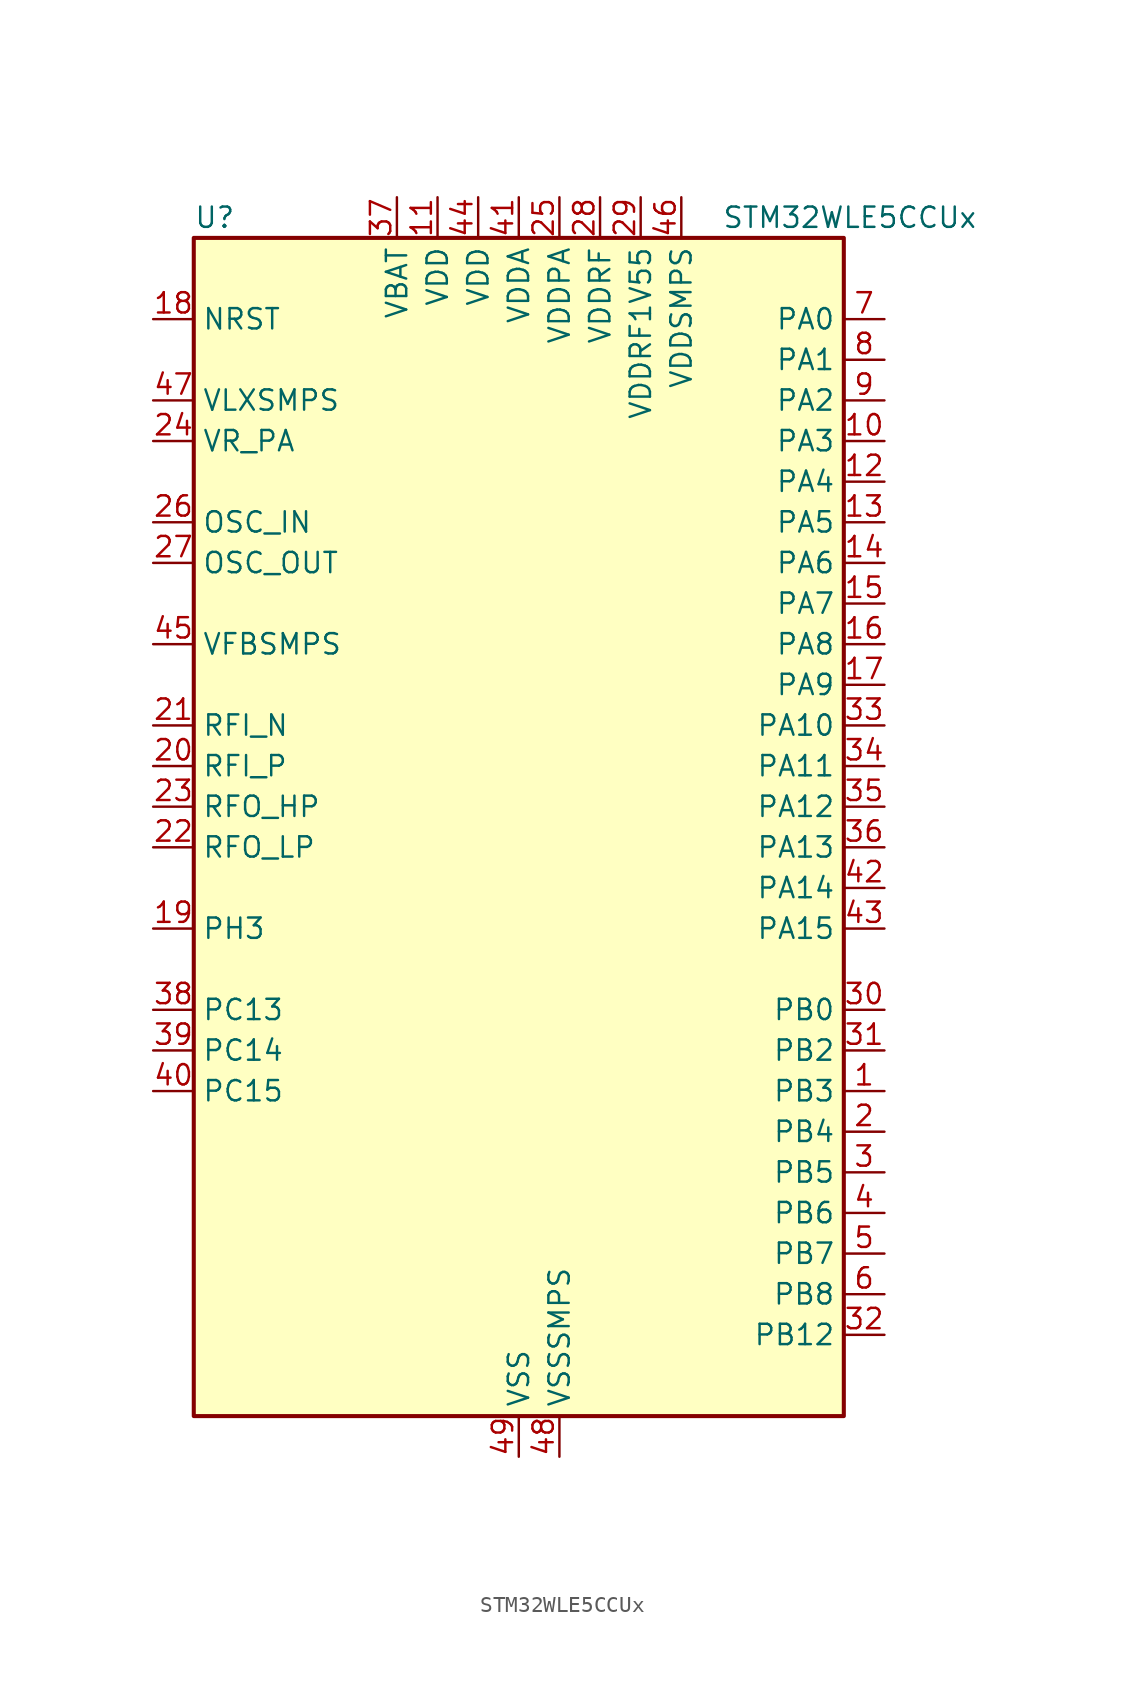
<source format=kicad_sym>
(kicad_symbol_lib
  (version 20241209)
  (generator "kicad_symbol_editor")
  (generator_version "9.0")
  (symbol "STM32WLE5CCUx"
    (property "Reference" "U"
      (at -20.32 39.37 0)
      (effects (font (size 1.27 1.27)) (justify left)))
    (property "Value" "STM32WLE5CCUx"
      (at 12.7 39.37 0)
      (effects (font (size 1.27 1.27)) (justify left)))
    (symbol "STM32WLE5CCUx_0_1"
      (rectangle (start -20.32 -35.56) (end 20.32 38.1) (stroke (width 0.254) (type default)) (fill (type background))))
    (symbol "STM32WLE5CCUx_1_1"
      (pin input line (at -22.86 33.02 0) (length 2.54) (name "NRST" (effects (font (size 1.27 1.27)))) (number "18" (effects (font (size 1.27 1.27)))))
      (pin power_in line (at -22.86 27.94 0) (length 2.54) (name "VLXSMPS" (effects (font (size 1.27 1.27)))) (number "47" (effects (font (size 1.27 1.27)))))
      (pin power_in line (at -22.86 25.4 0) (length 2.54) (name "VR_PA" (effects (font (size 1.27 1.27)))) (number "24" (effects (font (size 1.27 1.27)))))
      (pin input line (at -22.86 20.32 0) (length 2.54) (name "OSC_IN" (effects (font (size 1.27 1.27)))) (number "26" (effects (font (size 1.27 1.27)))) (alternate "RCC_OSC_IN" bidirectional line))
      (pin input line (at -22.86 17.78 0) (length 2.54) (name "OSC_OUT" (effects (font (size 1.27 1.27)))) (number "27" (effects (font (size 1.27 1.27)))) (alternate "RCC_OSC_OUT" bidirectional line))
      (pin input line (at -22.86 12.7 0) (length 2.54) (name "VFBSMPS" (effects (font (size 1.27 1.27)))) (number "45" (effects (font (size 1.27 1.27)))))
      (pin bidirectional line (at -22.86 7.62 0) (length 2.54) (name "RFI_N" (effects (font (size 1.27 1.27)))) (number "21" (effects (font (size 1.27 1.27)))))
      (pin bidirectional line (at -22.86 5.08 0) (length 2.54) (name "RFI_P" (effects (font (size 1.27 1.27)))) (number "20" (effects (font (size 1.27 1.27)))))
      (pin bidirectional line (at -22.86 2.54 0) (length 2.54) (name "RFO_HP" (effects (font (size 1.27 1.27)))) (number "23" (effects (font (size 1.27 1.27)))))
      (pin bidirectional line (at -22.86 0 0) (length 2.54) (name "RFO_LP" (effects (font (size 1.27 1.27)))) (number "22" (effects (font (size 1.27 1.27)))))
      (pin bidirectional line (at -22.86 -5.08 0) (length 2.54) (name "PH3" (effects (font (size 1.27 1.27)))) (number "19" (effects (font (size 1.27 1.27)))))
      (pin bidirectional line (at -22.86 -10.16 0) (length 2.54) (name "PC13" (effects (font (size 1.27 1.27)))) (number "38" (effects (font (size 1.27 1.27)))) (alternate "PWR_WKUP2" bidirectional line) (alternate "RTC_OUT1" bidirectional line) (alternate "RTC_TAMP_IN1" bidirectional line) (alternate "RTC_TS" bidirectional line))
      (pin bidirectional line (at -22.86 -12.7 0) (length 2.54) (name "PC14" (effects (font (size 1.27 1.27)))) (number "39" (effects (font (size 1.27 1.27)))) (alternate "RCC_OSC32_IN" bidirectional line))
      (pin bidirectional line (at -22.86 -15.24 0) (length 2.54) (name "PC15" (effects (font (size 1.27 1.27)))) (number "40" (effects (font (size 1.27 1.27)))) (alternate "RCC_OSC32_OUT" bidirectional line))
      (pin power_in line (at -7.62 40.64 270) (length 2.54) (name "VBAT" (effects (font (size 1.27 1.27)))) (number "37" (effects (font (size 1.27 1.27)))))
      (pin power_in line (at -5.08 40.64 270) (length 2.54) (name "VDD" (effects (font (size 1.27 1.27)))) (number "11" (effects (font (size 1.27 1.27)))))
      (pin power_in line (at -2.54 40.64 270) (length 2.54) (name "VDD" (effects (font (size 1.27 1.27)))) (number "44" (effects (font (size 1.27 1.27)))))
      (pin power_in line (at 0 40.64 270) (length 2.54) (name "VDDA" (effects (font (size 1.27 1.27)))) (number "41" (effects (font (size 1.27 1.27)))))
      (pin power_in line (at 0 -38.1 90) (length 2.54) (name "VSS" (effects (font (size 1.27 1.27)))) (number "49" (effects (font (size 1.27 1.27)))))
      (pin power_in line (at 2.54 40.64 270) (length 2.54) (name "VDDPA" (effects (font (size 1.27 1.27)))) (number "25" (effects (font (size 1.27 1.27)))))
      (pin power_in line (at 2.54 -38.1 90) (length 2.54) (name "VSSSMPS" (effects (font (size 1.27 1.27)))) (number "48" (effects (font (size 1.27 1.27)))))
      (pin power_in line (at 5.08 40.64 270) (length 2.54) (name "VDDRF" (effects (font (size 1.27 1.27)))) (number "28" (effects (font (size 1.27 1.27)))))
      (pin power_in line (at 7.62 40.64 270) (length 2.54) (name "VDDRF1V55" (effects (font (size 1.27 1.27)))) (number "29" (effects (font (size 1.27 1.27)))))
      (pin power_in line (at 10.16 40.64 270) (length 2.54) (name "VDDSMPS" (effects (font (size 1.27 1.27)))) (number "46" (effects (font (size 1.27 1.27)))))
      (pin bidirectional line (at 22.86 33.02 180) (length 2.54) (name "PA0" (effects (font (size 1.27 1.27)))) (number "7" (effects (font (size 1.27 1.27)))) (alternate "COMP1_OUT" bidirectional line) (alternate "DEBUG_PWR-REGLP1S" bidirectional line) (alternate "I2C3_SMBA" bidirectional line) (alternate "I2S_CKIN" bidirectional line) (alternate "PWR_WKUP1" bidirectional line) (alternate "RTC_TAMP_IN2" bidirectional line) (alternate "TIM2_CH1" bidirectional line) (alternate "TIM2_ETR" bidirectional line) (alternate "USART2_CTS" bidirectional line) (alternate "USART2_NSS" bidirectional line))
      (pin bidirectional line (at 22.86 30.48 180) (length 2.54) (name "PA1" (effects (font (size 1.27 1.27)))) (number "8" (effects (font (size 1.27 1.27)))) (alternate "DEBUG_PWR-REGLP2S" bidirectional line) (alternate "I2C1_SMBA" bidirectional line) (alternate "LPTIM3_OUT" bidirectional line) (alternate "LPUART1_RTS" bidirectional line) (alternate "SPI1_SCK" bidirectional line) (alternate "TIM2_CH2" bidirectional line) (alternate "USART2_DE" bidirectional line) (alternate "USART2_RTS" bidirectional line))
      (pin bidirectional line (at 22.86 27.94 180) (length 2.54) (name "PA2" (effects (font (size 1.27 1.27)))) (number "9" (effects (font (size 1.27 1.27)))) (alternate "COMP2_OUT" bidirectional line) (alternate "DEBUG_PWR-LDORDY" bidirectional line) (alternate "LPUART1_TX" bidirectional line) (alternate "RCC_LSCO" bidirectional line) (alternate "TIM2_CH3" bidirectional line) (alternate "USART2_TX" bidirectional line))
      (pin bidirectional line (at 22.86 25.4 180) (length 2.54) (name "PA3" (effects (font (size 1.27 1.27)))) (number "10" (effects (font (size 1.27 1.27)))) (alternate "I2S2_MCK" bidirectional line) (alternate "LPUART1_RX" bidirectional line) (alternate "TIM2_CH4" bidirectional line) (alternate "USART2_RX" bidirectional line))
      (pin bidirectional line (at 22.86 22.86 180) (length 2.54) (name "PA4" (effects (font (size 1.27 1.27)))) (number "12" (effects (font (size 1.27 1.27)))) (alternate "DEBUG_SUBGHZSPI-NSSOUT" bidirectional line) (alternate "LPTIM1_OUT" bidirectional line) (alternate "LPTIM2_OUT" bidirectional line) (alternate "RTC_OUT2" bidirectional line) (alternate "SPI1_NSS" bidirectional line) (alternate "USART2_CK" bidirectional line))
      (pin bidirectional line (at 22.86 20.32 180) (length 2.54) (name "PA5" (effects (font (size 1.27 1.27)))) (number "13" (effects (font (size 1.27 1.27)))) (alternate "DEBUG_SUBGHZSPI-SCKOUT" bidirectional line) (alternate "LPTIM2_ETR" bidirectional line) (alternate "SPI1_SCK" bidirectional line) (alternate "SPI2_MISO" bidirectional line) (alternate "TIM2_CH1" bidirectional line) (alternate "TIM2_ETR" bidirectional line))
      (pin bidirectional line (at 22.86 17.78 180) (length 2.54) (name "PA6" (effects (font (size 1.27 1.27)))) (number "14" (effects (font (size 1.27 1.27)))) (alternate "DEBUG_SUBGHZSPI-MISOOUT" bidirectional line) (alternate "I2C2_SMBA" bidirectional line) (alternate "LPUART1_CTS" bidirectional line) (alternate "SPI1_MISO" bidirectional line) (alternate "TIM16_CH1" bidirectional line) (alternate "TIM1_BKIN" bidirectional line))
      (pin bidirectional line (at 22.86 15.24 180) (length 2.54) (name "PA7" (effects (font (size 1.27 1.27)))) (number "15" (effects (font (size 1.27 1.27)))) (alternate "COMP2_OUT" bidirectional line) (alternate "DEBUG_SUBGHZSPI-MOSIOUT" bidirectional line) (alternate "I2C3_SCL" bidirectional line) (alternate "SPI1_MOSI" bidirectional line) (alternate "TIM17_CH1" bidirectional line) (alternate "TIM1_CH1N" bidirectional line))
      (pin bidirectional line (at 22.86 12.7 180) (length 2.54) (name "PA8" (effects (font (size 1.27 1.27)))) (number "16" (effects (font (size 1.27 1.27)))) (alternate "I2S2_CK" bidirectional line) (alternate "LPTIM2_OUT" bidirectional line) (alternate "RCC_MCO" bidirectional line) (alternate "SPI2_SCK" bidirectional line) (alternate "TIM1_CH1" bidirectional line) (alternate "USART1_CK" bidirectional line))
      (pin bidirectional line (at 22.86 10.16 180) (length 2.54) (name "PA9" (effects (font (size 1.27 1.27)))) (number "17" (effects (font (size 1.27 1.27)))) (alternate "DAC_EXTI9" bidirectional line) (alternate "I2C1_SCL" bidirectional line) (alternate "I2S2_CK" bidirectional line) (alternate "I2S2_WS" bidirectional line) (alternate "SPI2_NSS" bidirectional line) (alternate "SPI2_SCK" bidirectional line) (alternate "TIM1_CH2" bidirectional line) (alternate "USART1_TX" bidirectional line))
      (pin bidirectional line (at 22.86 7.62 180) (length 2.54) (name "PA10" (effects (font (size 1.27 1.27)))) (number "33" (effects (font (size 1.27 1.27)))) (alternate "ADC_IN6" bidirectional line) (alternate "COMP1_INM" bidirectional line) (alternate "COMP2_INM" bidirectional line) (alternate "DAC_OUT1" bidirectional line) (alternate "DEBUG_RF-HSE32RDY" bidirectional line) (alternate "I2C1_SDA" bidirectional line) (alternate "I2S2_SD" bidirectional line) (alternate "RTC_REFIN" bidirectional line) (alternate "SPI2_MOSI" bidirectional line) (alternate "TIM17_BKIN" bidirectional line) (alternate "TIM1_CH3" bidirectional line) (alternate "USART1_RX" bidirectional line))
      (pin bidirectional line (at 22.86 5.08 180) (length 2.54) (name "PA11" (effects (font (size 1.27 1.27)))) (number "34" (effects (font (size 1.27 1.27)))) (alternate "ADC_EXTI11" bidirectional line) (alternate "ADC_IN7" bidirectional line) (alternate "COMP1_INM" bidirectional line) (alternate "COMP2_INM" bidirectional line) (alternate "DEBUG_RF-NRESET" bidirectional line) (alternate "I2C2_SDA" bidirectional line) (alternate "LPTIM3_ETR" bidirectional line) (alternate "SPI1_MISO" bidirectional line) (alternate "TIM1_BKIN2" bidirectional line) (alternate "TIM1_CH4" bidirectional line) (alternate "USART1_CTS" bidirectional line) (alternate "USART1_NSS" bidirectional line))
      (pin bidirectional line (at 22.86 2.54 180) (length 2.54) (name "PA12" (effects (font (size 1.27 1.27)))) (number "35" (effects (font (size 1.27 1.27)))) (alternate "ADC_IN8" bidirectional line) (alternate "DEBUG_RF-BUSY" bidirectional line) (alternate "I2C2_SCL" bidirectional line) (alternate "LPTIM3_IN1" bidirectional line) (alternate "SPI1_MOSI" bidirectional line) (alternate "TIM1_ETR" bidirectional line) (alternate "USART1_DE" bidirectional line) (alternate "USART1_RTS" bidirectional line))
      (pin bidirectional line (at 22.86 0 180) (length 2.54) (name "PA13" (effects (font (size 1.27 1.27)))) (number "36" (effects (font (size 1.27 1.27)))) (alternate "ADC_IN9" bidirectional line) (alternate "DEBUG_JTMS-SWDIO" bidirectional line) (alternate "I2C2_SMBA" bidirectional line) (alternate "IR_OUT" bidirectional line))
      (pin bidirectional line (at 22.86 -2.54 180) (length 2.54) (name "PA14" (effects (font (size 1.27 1.27)))) (number "42" (effects (font (size 1.27 1.27)))) (alternate "ADC_IN10" bidirectional line) (alternate "DEBUG_JTCK-SWCLK" bidirectional line) (alternate "I2C1_SMBA" bidirectional line) (alternate "LPTIM1_OUT" bidirectional line))
      (pin bidirectional line (at 22.86 -5.08 180) (length 2.54) (name "PA15" (effects (font (size 1.27 1.27)))) (number "43" (effects (font (size 1.27 1.27)))) (alternate "ADC_IN11" bidirectional line) (alternate "COMP1_INM" bidirectional line) (alternate "COMP2_INP" bidirectional line) (alternate "DEBUG_JTDI" bidirectional line) (alternate "I2C2_SDA" bidirectional line) (alternate "SPI1_NSS" bidirectional line) (alternate "TIM2_CH1" bidirectional line) (alternate "TIM2_ETR" bidirectional line))
      (pin bidirectional line (at 22.86 -10.16 180) (length 2.54) (name "PB0" (effects (font (size 1.27 1.27)))) (number "30" (effects (font (size 1.27 1.27)))) (alternate "COMP1_OUT" bidirectional line) (alternate "VDDTCXO" bidirectional line))
      (pin bidirectional line (at 22.86 -12.7 180) (length 2.54) (name "PB2" (effects (font (size 1.27 1.27)))) (number "31" (effects (font (size 1.27 1.27)))) (alternate "ADC_IN4" bidirectional line) (alternate "COMP1_INP" bidirectional line) (alternate "COMP2_INM" bidirectional line) (alternate "DEBUG_RF-SMPSRDY" bidirectional line) (alternate "I2C3_SMBA" bidirectional line) (alternate "LPTIM1_OUT" bidirectional line) (alternate "SPI1_NSS" bidirectional line))
      (pin bidirectional line (at 22.86 -15.24 180) (length 2.54) (name "PB3" (effects (font (size 1.27 1.27)))) (number "1" (effects (font (size 1.27 1.27)))) (alternate "ADC_IN2" bidirectional line) (alternate "COMP1_INM" bidirectional line) (alternate "COMP2_INM" bidirectional line) (alternate "DEBUG_JTDO-SWO" bidirectional line) (alternate "DEBUG_RF-DTB1" bidirectional line) (alternate "PWR_WKUP3" bidirectional line) (alternate "RTC_TAMP_IN3" bidirectional line) (alternate "SPI1_SCK" bidirectional line) (alternate "TIM2_CH2" bidirectional line) (alternate "USART1_DE" bidirectional line) (alternate "USART1_RTS" bidirectional line))
      (pin bidirectional line (at 22.86 -17.78 180) (length 2.54) (name "PB4" (effects (font (size 1.27 1.27)))) (number "2" (effects (font (size 1.27 1.27)))) (alternate "ADC_IN3" bidirectional line) (alternate "COMP1_INP" bidirectional line) (alternate "COMP2_INP" bidirectional line) (alternate "DEBUG_JTRST" bidirectional line) (alternate "DEBUG_RF-LDORDY" bidirectional line) (alternate "I2C3_SDA" bidirectional line) (alternate "SPI1_MISO" bidirectional line) (alternate "TIM17_BKIN" bidirectional line) (alternate "USART1_CTS" bidirectional line) (alternate "USART1_NSS" bidirectional line))
      (pin bidirectional line (at 22.86 -20.32 180) (length 2.54) (name "PB5" (effects (font (size 1.27 1.27)))) (number "3" (effects (font (size 1.27 1.27)))) (alternate "COMP2_OUT" bidirectional line) (alternate "I2C1_SMBA" bidirectional line) (alternate "LPTIM1_IN1" bidirectional line) (alternate "SPI1_MOSI" bidirectional line) (alternate "TIM16_BKIN" bidirectional line) (alternate "USART1_CK" bidirectional line))
      (pin bidirectional line (at 22.86 -22.86 180) (length 2.54) (name "PB6" (effects (font (size 1.27 1.27)))) (number "4" (effects (font (size 1.27 1.27)))) (alternate "I2C1_SCL" bidirectional line) (alternate "LPTIM1_ETR" bidirectional line) (alternate "TIM16_CH1N" bidirectional line) (alternate "USART1_TX" bidirectional line))
      (pin bidirectional line (at 22.86 -25.4 180) (length 2.54) (name "PB7" (effects (font (size 1.27 1.27)))) (number "5" (effects (font (size 1.27 1.27)))) (alternate "I2C1_SDA" bidirectional line) (alternate "LPTIM1_IN2" bidirectional line) (alternate "PWR_PVD_IN" bidirectional line) (alternate "TIM17_CH1N" bidirectional line) (alternate "TIM1_BKIN" bidirectional line) (alternate "USART1_RX" bidirectional line))
      (pin bidirectional line (at 22.86 -27.94 180) (length 2.54) (name "PB8" (effects (font (size 1.27 1.27)))) (number "6" (effects (font (size 1.27 1.27)))) (alternate "I2C1_SCL" bidirectional line) (alternate "TIM16_CH1" bidirectional line) (alternate "TIM1_CH2N" bidirectional line))
      (pin bidirectional line (at 22.86 -30.48 180) (length 2.54) (name "PB12" (effects (font (size 1.27 1.27)))) (number "32" (effects (font (size 1.27 1.27)))) (alternate "I2C3_SMBA" bidirectional line) (alternate "I2S2_WS" bidirectional line) (alternate "LPUART1_RTS" bidirectional line) (alternate "SPI2_NSS" bidirectional line) (alternate "TIM1_BKIN" bidirectional line)))))
</source>
